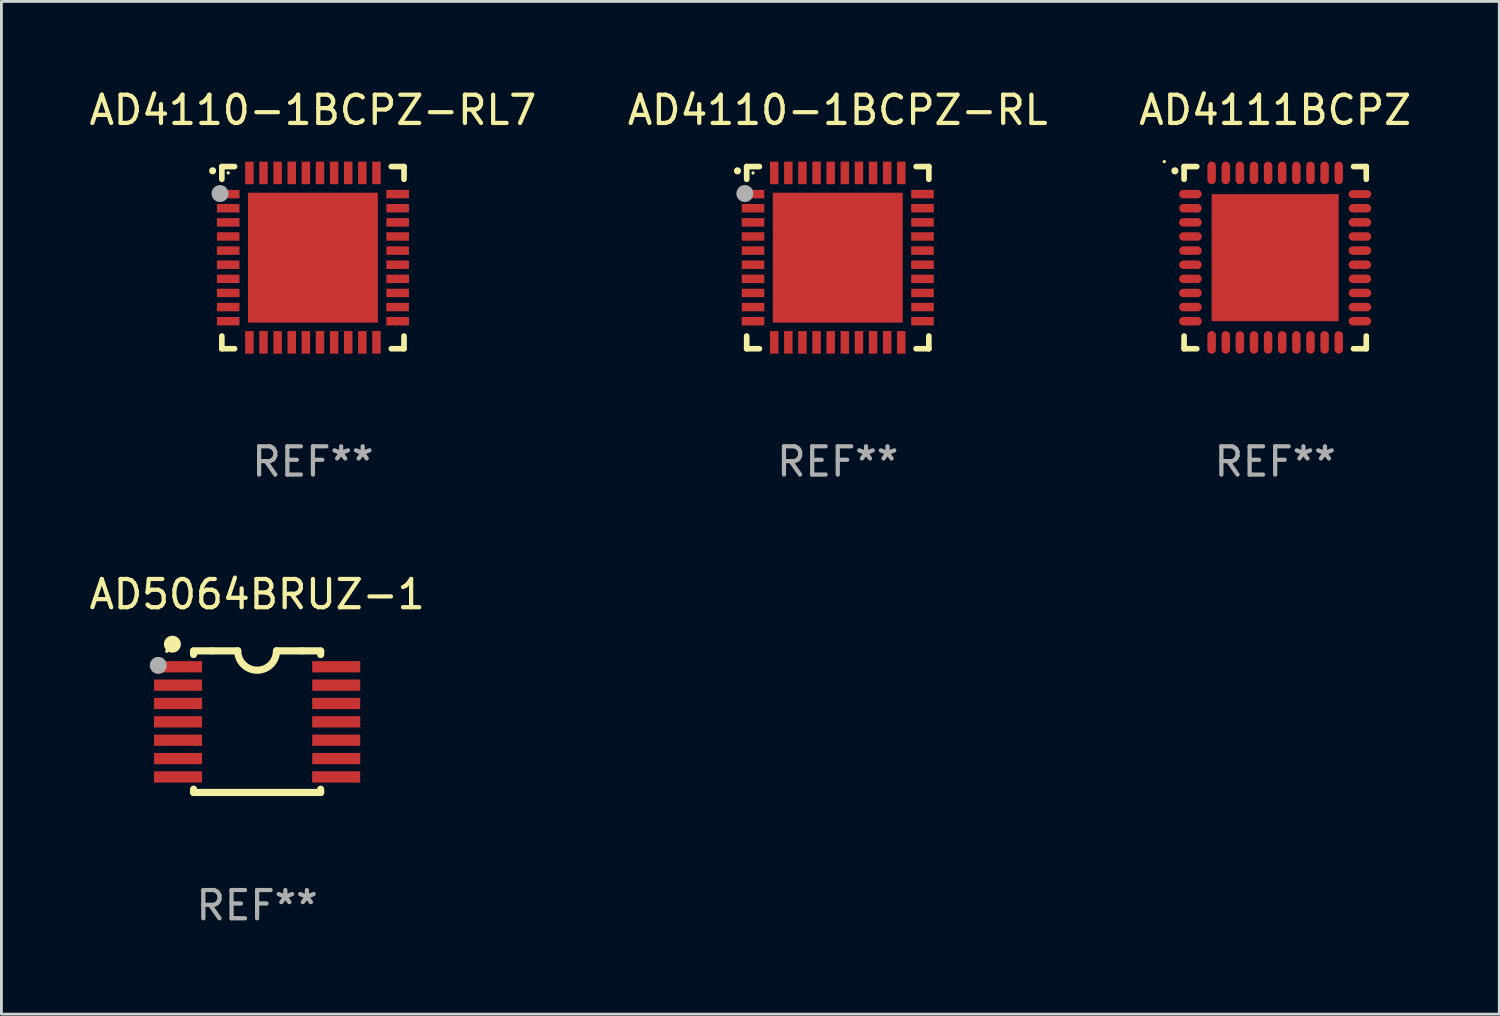
<source format=kicad_pcb>
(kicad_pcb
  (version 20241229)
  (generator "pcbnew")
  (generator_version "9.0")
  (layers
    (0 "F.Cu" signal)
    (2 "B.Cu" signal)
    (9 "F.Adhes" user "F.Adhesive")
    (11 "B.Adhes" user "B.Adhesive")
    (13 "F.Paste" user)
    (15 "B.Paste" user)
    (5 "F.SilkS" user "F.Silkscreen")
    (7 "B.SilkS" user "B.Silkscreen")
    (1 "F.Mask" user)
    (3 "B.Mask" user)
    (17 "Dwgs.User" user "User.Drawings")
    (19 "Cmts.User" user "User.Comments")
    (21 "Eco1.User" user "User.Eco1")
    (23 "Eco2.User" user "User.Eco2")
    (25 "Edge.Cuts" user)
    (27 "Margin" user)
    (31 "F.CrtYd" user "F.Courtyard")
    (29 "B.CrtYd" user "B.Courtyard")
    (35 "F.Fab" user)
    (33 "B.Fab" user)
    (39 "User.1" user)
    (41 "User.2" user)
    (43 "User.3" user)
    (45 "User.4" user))
  (footprint "AD4111BCPZ"
    (layer "F.Cu")
    (at 42.101 6.073)
    (property "Reference" "AD4111BCPZ" (at 0 -5.225 0) (layer "F.SilkS") (effects (font (size 1 1) (thickness 0.15))))
    (attr through_hole)
    (fp_line (start -3.225 -3.225) (end -2.775 -3.225) (stroke (width 0.2) (type solid)) (layer "F.SilkS"))
    (fp_line (start -3.225 -2.775) (end -3.225 -3.225) (stroke (width 0.2) (type solid)) (layer "F.SilkS"))
    (fp_line (start -3.225 2.775) (end -3.225 3.225) (stroke (width 0.2) (type solid)) (layer "F.SilkS"))
    (fp_line (start -3.225 3.225) (end -2.775 3.225) (stroke (width 0.2) (type solid)) (layer "F.SilkS"))
    (fp_line (start 2.775 -3.225) (end 3.225 -3.225) (stroke (width 0.2) (type solid)) (layer "F.SilkS"))
    (fp_line (start 2.775 3.225) (end 3.225 3.225) (stroke (width 0.2) (type solid)) (layer "F.SilkS"))
    (fp_line (start 3.225 -3.225) (end 3.225 -2.775) (stroke (width 0.2) (type solid)) (layer "F.SilkS"))
    (fp_line (start 3.225 3.225) (end 3.225 2.775) (stroke (width 0.2) (type solid)) (layer "F.SilkS"))
    (fp_arc (start -3.55094 -3.073406) (mid -3.550946 -3.074676) (end -3.55094 -3.075946) (stroke (width 0.25) (type solid)) (layer "F.SilkS"))
    (fp_circle (center -3.926 -3.4) (end -3.896 -3.4) (stroke (width 0.06) (type solid)) (fill no) (layer "F.SilkS"))
    (fp_text user "REF**" (at 0 7.225 0) (layer "F.Fab") (effects (font (size 1 1) (thickness 0.15))))
    (pad "1" smd oval (at -3 -2.25 90) (size 0.3 0.8) (layers "F.Cu" "F.Mask" "F.Paste"))
    (pad "2" smd oval (at -3 -1.75 90) (size 0.3 0.8) (layers "F.Cu" "F.Mask" "F.Paste"))
    (pad "3" smd oval (at -3 -1.25 90) (size 0.3 0.8) (layers "F.Cu" "F.Mask" "F.Paste"))
    (pad "4" smd oval (at -3 -0.75 90) (size 0.3 0.8) (layers "F.Cu" "F.Mask" "F.Paste"))
    (pad "5" smd oval (at -3 -0.25 90) (size 0.3 0.8) (layers "F.Cu" "F.Mask" "F.Paste"))
    (pad "6" smd oval (at -3 0.25 90) (size 0.3 0.8) (layers "F.Cu" "F.Mask" "F.Paste"))
    (pad "7" smd oval (at -3 0.75 90) (size 0.3 0.8) (layers "F.Cu" "F.Mask" "F.Paste"))
    (pad "8" smd oval (at -3 1.25 90) (size 0.3 0.8) (layers "F.Cu" "F.Mask" "F.Paste"))
    (pad "9" smd oval (at -3 1.75 90) (size 0.3 0.8) (layers "F.Cu" "F.Mask" "F.Paste"))
    (pad "10" smd oval (at -3 2.25 90) (size 0.3 0.8) (layers "F.Cu" "F.Mask" "F.Paste"))
    (pad "11" smd oval (at -2.25 3) (size 0.3 0.8) (layers "F.Cu" "F.Mask" "F.Paste"))
    (pad "12" smd oval (at -1.75 3) (size 0.3 0.8) (layers "F.Cu" "F.Mask" "F.Paste"))
    (pad "13" smd oval (at -1.25 3) (size 0.3 0.8) (layers "F.Cu" "F.Mask" "F.Paste"))
    (pad "14" smd oval (at -0.75 3) (size 0.3 0.8) (layers "F.Cu" "F.Mask" "F.Paste"))
    (pad "15" smd oval (at -0.25 3) (size 0.3 0.8) (layers "F.Cu" "F.Mask" "F.Paste"))
    (pad "16" smd oval (at 0.25 3) (size 0.3 0.8) (layers "F.Cu" "F.Mask" "F.Paste"))
    (pad "17" smd oval (at 0.75 3) (size 0.3 0.8) (layers "F.Cu" "F.Mask" "F.Paste"))
    (pad "18" smd oval (at 1.25 3) (size 0.3 0.8) (layers "F.Cu" "F.Mask" "F.Paste"))
    (pad "19" smd oval (at 1.75 3) (size 0.3 0.8) (layers "F.Cu" "F.Mask" "F.Paste"))
    (pad "20" smd oval (at 2.25 3) (size 0.3 0.8) (layers "F.Cu" "F.Mask" "F.Paste"))
    (pad "21" smd oval (at 3 2.25 90) (size 0.3 0.8) (layers "F.Cu" "F.Mask" "F.Paste"))
    (pad "22" smd oval (at 3 1.75 90) (size 0.3 0.8) (layers "F.Cu" "F.Mask" "F.Paste"))
    (pad "23" smd oval (at 3 1.25 90) (size 0.3 0.8) (layers "F.Cu" "F.Mask" "F.Paste"))
    (pad "24" smd oval (at 3 0.75 90) (size 0.3 0.8) (layers "F.Cu" "F.Mask" "F.Paste"))
    (pad "25" smd oval (at 3 0.25 90) (size 0.3 0.8) (layers "F.Cu" "F.Mask" "F.Paste"))
    (pad "26" smd oval (at 3 -0.25 90) (size 0.3 0.8) (layers "F.Cu" "F.Mask" "F.Paste"))
    (pad "27" smd oval (at 3 -0.75 90) (size 0.3 0.8) (layers "F.Cu" "F.Mask" "F.Paste"))
    (pad "28" smd oval (at 3 -1.25 90) (size 0.3 0.8) (layers "F.Cu" "F.Mask" "F.Paste"))
    (pad "29" smd oval (at 3 -1.75 90) (size 0.3 0.8) (layers "F.Cu" "F.Mask" "F.Paste"))
    (pad "30" smd oval (at 3 -2.25 90) (size 0.28 0.8) (layers "F.Cu" "F.Mask" "F.Paste"))
    (pad "31" smd oval (at 2.25 -3) (size 0.3 0.8) (layers "F.Cu" "F.Mask" "F.Paste"))
    (pad "32" smd oval (at 1.75 -3) (size 0.3 0.8) (layers "F.Cu" "F.Mask" "F.Paste"))
    (pad "33" smd oval (at 1.25 -3) (size 0.3 0.8) (layers "F.Cu" "F.Mask" "F.Paste"))
    (pad "34" smd oval (at 0.75 -3) (size 0.3 0.8) (layers "F.Cu" "F.Mask" "F.Paste"))
    (pad "35" smd oval (at 0.25 -3) (size 0.3 0.8) (layers "F.Cu" "F.Mask" "F.Paste"))
    (pad "36" smd oval (at -0.25 -3) (size 0.3 0.8) (layers "F.Cu" "F.Mask" "F.Paste"))
    (pad "37" smd oval (at -0.75 -3) (size 0.3 0.8) (layers "F.Cu" "F.Mask" "F.Paste"))
    (pad "38" smd oval (at -1.25 -3) (size 0.3 0.8) (layers "F.Cu" "F.Mask" "F.Paste"))
    (pad "39" smd oval (at -1.75 -3) (size 0.3 0.8) (layers "F.Cu" "F.Mask" "F.Paste"))
    (pad "40" smd oval (at -2.25 -3) (size 0.3 0.8) (layers "F.Cu" "F.Mask" "F.Paste"))
    (pad "41" smd rect (at -0.000013 0) (size 4.5 4.5) (layers "F.Cu" "F.Mask" "F.Paste")))
  (footprint "AD4110-1BCPZ-RL"
    (layer "F.Cu")
    (at 26.613 6.073)
    (property "Reference" "AD4110-1BCPZ-RL" (at 0 -5.225 0) (layer "F.SilkS") (effects (font (size 1 1) (thickness 0.15))))
    (attr through_hole)
    (fp_line (start -3.225 -3.225) (end -2.775 -3.225) (stroke (width 0.2) (type solid)) (layer "F.SilkS"))
    (fp_line (start -3.225 -2.775) (end -3.225 -3.225) (stroke (width 0.2) (type solid)) (layer "F.SilkS"))
    (fp_line (start -3.225 2.775) (end -3.225 3.225) (stroke (width 0.2) (type solid)) (layer "F.SilkS"))
    (fp_line (start -3.225 3.225) (end -2.775 3.225) (stroke (width 0.2) (type solid)) (layer "F.SilkS"))
    (fp_line (start 2.775 -3.225) (end 3.225 -3.225) (stroke (width 0.2) (type solid)) (layer "F.SilkS"))
    (fp_line (start 2.775 3.225) (end 3.225 3.225) (stroke (width 0.2) (type solid)) (layer "F.SilkS"))
    (fp_line (start 3.225 -3.225) (end 3.225 -2.775) (stroke (width 0.2) (type solid)) (layer "F.SilkS"))
    (fp_line (start 3.225 3.225) (end 3.225 2.775) (stroke (width 0.2) (type solid)) (layer "F.SilkS"))
    (fp_arc (start -3.55094 -3.073406) (mid -3.550946 -3.074676) (end -3.55094 -3.075946) (stroke (width 0.25) (type solid)) (layer "F.SilkS"))
    (fp_circle (center -3 -3) (end -2.97 -3) (stroke (width 0.06) (type solid)) (fill no) (layer "F.SilkS"))
    (fp_circle (center -3.29 -2.27) (end -3.14 -2.27) (stroke (width 0.3) (type solid)) (fill no) (layer "F.Fab"))
    (fp_text user "REF**" (at 0 7.225 0) (layer "F.Fab") (effects (font (size 1 1) (thickness 0.15))))
    (pad "1" smd rect (at -3 -2.25) (size 0.8 0.3) (layers "F.Cu" "F.Mask" "F.Paste"))
    (pad "2" smd rect (at -3 -1.75) (size 0.8 0.3) (layers "F.Cu" "F.Mask" "F.Paste"))
    (pad "3" smd rect (at -3 -1.25) (size 0.8 0.3) (layers "F.Cu" "F.Mask" "F.Paste"))
    (pad "4" smd rect (at -3 -0.75) (size 0.8 0.3) (layers "F.Cu" "F.Mask" "F.Paste"))
    (pad "5" smd rect (at -3 -0.25) (size 0.8 0.3) (layers "F.Cu" "F.Mask" "F.Paste"))
    (pad "6" smd rect (at -3 0.25) (size 0.8 0.3) (layers "F.Cu" "F.Mask" "F.Paste"))
    (pad "7" smd rect (at -3 0.75) (size 0.8 0.3) (layers "F.Cu" "F.Mask" "F.Paste"))
    (pad "8" smd rect (at -3 1.25) (size 0.8 0.3) (layers "F.Cu" "F.Mask" "F.Paste"))
    (pad "9" smd rect (at -3 1.75) (size 0.8 0.3) (layers "F.Cu" "F.Mask" "F.Paste"))
    (pad "10" smd rect (at -3 2.25) (size 0.8 0.3) (layers "F.Cu" "F.Mask" "F.Paste"))
    (pad "11" smd rect (at -2.25 3) (size 0.3 0.8) (layers "F.Cu" "F.Mask" "F.Paste"))
    (pad "12" smd rect (at -1.75 3) (size 0.3 0.8) (layers "F.Cu" "F.Mask" "F.Paste"))
    (pad "13" smd rect (at -1.25 3) (size 0.3 0.8) (layers "F.Cu" "F.Mask" "F.Paste"))
    (pad "14" smd rect (at -0.75 3) (size 0.3 0.8) (layers "F.Cu" "F.Mask" "F.Paste"))
    (pad "15" smd rect (at -0.25 3) (size 0.3 0.8) (layers "F.Cu" "F.Mask" "F.Paste"))
    (pad "16" smd rect (at 0.25 3) (size 0.3 0.8) (layers "F.Cu" "F.Mask" "F.Paste"))
    (pad "17" smd rect (at 0.75 3) (size 0.3 0.8) (layers "F.Cu" "F.Mask" "F.Paste"))
    (pad "18" smd rect (at 1.25 3) (size 0.3 0.8) (layers "F.Cu" "F.Mask" "F.Paste"))
    (pad "19" smd rect (at 1.75 3) (size 0.3 0.8) (layers "F.Cu" "F.Mask" "F.Paste"))
    (pad "20" smd rect (at 2.25 3) (size 0.3 0.8) (layers "F.Cu" "F.Mask" "F.Paste"))
    (pad "21" smd rect (at 3 2.25) (size 0.8 0.3) (layers "F.Cu" "F.Mask" "F.Paste"))
    (pad "22" smd rect (at 3 1.75) (size 0.8 0.3) (layers "F.Cu" "F.Mask" "F.Paste"))
    (pad "23" smd rect (at 3 1.25) (size 0.8 0.3) (layers "F.Cu" "F.Mask" "F.Paste"))
    (pad "24" smd rect (at 3 0.75) (size 0.8 0.3) (layers "F.Cu" "F.Mask" "F.Paste"))
    (pad "25" smd rect (at 3 0.25) (size 0.8 0.3) (layers "F.Cu" "F.Mask" "F.Paste"))
    (pad "26" smd rect (at 3 -0.25) (size 0.8 0.3) (layers "F.Cu" "F.Mask" "F.Paste"))
    (pad "27" smd rect (at 3 -0.75) (size 0.8 0.3) (layers "F.Cu" "F.Mask" "F.Paste"))
    (pad "28" smd rect (at 3 -1.25) (size 0.8 0.3) (layers "F.Cu" "F.Mask" "F.Paste"))
    (pad "29" smd rect (at 3 -1.75) (size 0.8 0.3) (layers "F.Cu" "F.Mask" "F.Paste"))
    (pad "30" smd rect (at 3 -2.25) (size 0.8 0.3) (layers "F.Cu" "F.Mask" "F.Paste"))
    (pad "31" smd rect (at 2.25 -3) (size 0.3 0.8) (layers "F.Cu" "F.Mask" "F.Paste"))
    (pad "32" smd rect (at 1.75 -3) (size 0.3 0.8) (layers "F.Cu" "F.Mask" "F.Paste"))
    (pad "33" smd rect (at 1.25 -3) (size 0.3 0.8) (layers "F.Cu" "F.Mask" "F.Paste"))
    (pad "34" smd rect (at 0.75 -3) (size 0.3 0.8) (layers "F.Cu" "F.Mask" "F.Paste"))
    (pad "35" smd rect (at 0.25 -3) (size 0.3 0.8) (layers "F.Cu" "F.Mask" "F.Paste"))
    (pad "36" smd rect (at -0.25 -3) (size 0.3 0.8) (layers "F.Cu" "F.Mask" "F.Paste"))
    (pad "37" smd rect (at -0.75 -3) (size 0.3 0.8) (layers "F.Cu" "F.Mask" "F.Paste"))
    (pad "38" smd rect (at -1.25 -3) (size 0.3 0.8) (layers "F.Cu" "F.Mask" "F.Paste"))
    (pad "39" smd rect (at -1.75 -3) (size 0.3 0.8) (layers "F.Cu" "F.Mask" "F.Paste"))
    (pad "40" smd rect (at -2.25 -3) (size 0.3 0.8) (layers "F.Cu" "F.Mask" "F.Paste"))
    (pad "41" smd rect (at -0.000013 0) (size 4.6 4.6) (layers "F.Cu" "F.Mask" "F.Paste")))
  (footprint "AD4110-1BCPZ-RL7"
    (layer "F.Cu")
    (at 8.03 6.073)
    (property "Reference" "AD4110-1BCPZ-RL7" (at 0 -5.225 0) (layer "F.SilkS") (effects (font (size 1 1) (thickness 0.15))))
    (attr through_hole)
    (fp_line (start -3.225 -3.225) (end -2.775 -3.225) (stroke (width 0.2) (type solid)) (layer "F.SilkS"))
    (fp_line (start -3.225 -2.775) (end -3.225 -3.225) (stroke (width 0.2) (type solid)) (layer "F.SilkS"))
    (fp_line (start -3.225 2.775) (end -3.225 3.225) (stroke (width 0.2) (type solid)) (layer "F.SilkS"))
    (fp_line (start -3.225 3.225) (end -2.775 3.225) (stroke (width 0.2) (type solid)) (layer "F.SilkS"))
    (fp_line (start 2.775 -3.225) (end 3.225 -3.225) (stroke (width 0.2) (type solid)) (layer "F.SilkS"))
    (fp_line (start 2.775 3.225) (end 3.225 3.225) (stroke (width 0.2) (type solid)) (layer "F.SilkS"))
    (fp_line (start 3.225 -3.225) (end 3.225 -2.775) (stroke (width 0.2) (type solid)) (layer "F.SilkS"))
    (fp_line (start 3.225 3.225) (end 3.225 2.775) (stroke (width 0.2) (type solid)) (layer "F.SilkS"))
    (fp_arc (start -3.55094 -3.073406) (mid -3.550946 -3.074676) (end -3.55094 -3.075946) (stroke (width 0.25) (type solid)) (layer "F.SilkS"))
    (fp_circle (center -3 -3) (end -2.97 -3) (stroke (width 0.06) (type solid)) (fill no) (layer "F.SilkS"))
    (fp_circle (center -3.29 -2.27) (end -3.14 -2.27) (stroke (width 0.3) (type solid)) (fill no) (layer "F.Fab"))
    (fp_text user "REF**" (at 0 7.225 0) (layer "F.Fab") (effects (font (size 1 1) (thickness 0.15))))
    (pad "1" smd rect (at -3 -2.25) (size 0.8 0.3) (layers "F.Cu" "F.Mask" "F.Paste"))
    (pad "2" smd rect (at -3 -1.75) (size 0.8 0.3) (layers "F.Cu" "F.Mask" "F.Paste"))
    (pad "3" smd rect (at -3 -1.25) (size 0.8 0.3) (layers "F.Cu" "F.Mask" "F.Paste"))
    (pad "4" smd rect (at -3 -0.75) (size 0.8 0.3) (layers "F.Cu" "F.Mask" "F.Paste"))
    (pad "5" smd rect (at -3 -0.25) (size 0.8 0.3) (layers "F.Cu" "F.Mask" "F.Paste"))
    (pad "6" smd rect (at -3 0.25) (size 0.8 0.3) (layers "F.Cu" "F.Mask" "F.Paste"))
    (pad "7" smd rect (at -3 0.75) (size 0.8 0.3) (layers "F.Cu" "F.Mask" "F.Paste"))
    (pad "8" smd rect (at -3 1.25) (size 0.8 0.3) (layers "F.Cu" "F.Mask" "F.Paste"))
    (pad "9" smd rect (at -3 1.75) (size 0.8 0.3) (layers "F.Cu" "F.Mask" "F.Paste"))
    (pad "10" smd rect (at -3 2.25) (size 0.8 0.3) (layers "F.Cu" "F.Mask" "F.Paste"))
    (pad "11" smd rect (at -2.25 3) (size 0.3 0.8) (layers "F.Cu" "F.Mask" "F.Paste"))
    (pad "12" smd rect (at -1.75 3) (size 0.3 0.8) (layers "F.Cu" "F.Mask" "F.Paste"))
    (pad "13" smd rect (at -1.25 3) (size 0.3 0.8) (layers "F.Cu" "F.Mask" "F.Paste"))
    (pad "14" smd rect (at -0.75 3) (size 0.3 0.8) (layers "F.Cu" "F.Mask" "F.Paste"))
    (pad "15" smd rect (at -0.25 3) (size 0.3 0.8) (layers "F.Cu" "F.Mask" "F.Paste"))
    (pad "16" smd rect (at 0.25 3) (size 0.3 0.8) (layers "F.Cu" "F.Mask" "F.Paste"))
    (pad "17" smd rect (at 0.75 3) (size 0.3 0.8) (layers "F.Cu" "F.Mask" "F.Paste"))
    (pad "18" smd rect (at 1.25 3) (size 0.3 0.8) (layers "F.Cu" "F.Mask" "F.Paste"))
    (pad "19" smd rect (at 1.75 3) (size 0.3 0.8) (layers "F.Cu" "F.Mask" "F.Paste"))
    (pad "20" smd rect (at 2.25 3) (size 0.3 0.8) (layers "F.Cu" "F.Mask" "F.Paste"))
    (pad "21" smd rect (at 3 2.25) (size 0.8 0.3) (layers "F.Cu" "F.Mask" "F.Paste"))
    (pad "22" smd rect (at 3 1.75) (size 0.8 0.3) (layers "F.Cu" "F.Mask" "F.Paste"))
    (pad "23" smd rect (at 3 1.25) (size 0.8 0.3) (layers "F.Cu" "F.Mask" "F.Paste"))
    (pad "24" smd rect (at 3 0.75) (size 0.8 0.3) (layers "F.Cu" "F.Mask" "F.Paste"))
    (pad "25" smd rect (at 3 0.25) (size 0.8 0.3) (layers "F.Cu" "F.Mask" "F.Paste"))
    (pad "26" smd rect (at 3 -0.25) (size 0.8 0.3) (layers "F.Cu" "F.Mask" "F.Paste"))
    (pad "27" smd rect (at 3 -0.75) (size 0.8 0.3) (layers "F.Cu" "F.Mask" "F.Paste"))
    (pad "28" smd rect (at 3 -1.25) (size 0.8 0.3) (layers "F.Cu" "F.Mask" "F.Paste"))
    (pad "29" smd rect (at 3 -1.75) (size 0.8 0.3) (layers "F.Cu" "F.Mask" "F.Paste"))
    (pad "30" smd rect (at 3 -2.25) (size 0.8 0.3) (layers "F.Cu" "F.Mask" "F.Paste"))
    (pad "31" smd rect (at 2.25 -3) (size 0.3 0.8) (layers "F.Cu" "F.Mask" "F.Paste"))
    (pad "32" smd rect (at 1.75 -3) (size 0.3 0.8) (layers "F.Cu" "F.Mask" "F.Paste"))
    (pad "33" smd rect (at 1.25 -3) (size 0.3 0.8) (layers "F.Cu" "F.Mask" "F.Paste"))
    (pad "34" smd rect (at 0.75 -3) (size 0.3 0.8) (layers "F.Cu" "F.Mask" "F.Paste"))
    (pad "35" smd rect (at 0.25 -3) (size 0.3 0.8) (layers "F.Cu" "F.Mask" "F.Paste"))
    (pad "36" smd rect (at -0.25 -3) (size 0.3 0.8) (layers "F.Cu" "F.Mask" "F.Paste"))
    (pad "37" smd rect (at -0.75 -3) (size 0.3 0.8) (layers "F.Cu" "F.Mask" "F.Paste"))
    (pad "38" smd rect (at -1.25 -3) (size 0.3 0.8) (layers "F.Cu" "F.Mask" "F.Paste"))
    (pad "39" smd rect (at -1.75 -3) (size 0.3 0.8) (layers "F.Cu" "F.Mask" "F.Paste"))
    (pad "40" smd rect (at -2.25 -3) (size 0.3 0.8) (layers "F.Cu" "F.Mask" "F.Paste"))
    (pad "41" smd rect (at -0.000013 0) (size 4.6 4.6) (layers "F.Cu" "F.Mask" "F.Paste")))
  (footprint "AD5064BRUZ-1"
    (layer "F.Cu")
    (at 6.054 22.502)
    (property "Reference" "AD5064BRUZ-1" (at 0 -4.507 0) (layer "F.SilkS") (effects (font (size 1 1) (thickness 0.15))))
    (attr through_hole)
    (fp_line (start -2.25 -2.377) (end -2.25 -2.493) (stroke (width 0.254) (type solid)) (layer "F.SilkS"))
    (fp_line (start -2.25 2.507) (end -2.25 2.392) (stroke (width 0.254) (type solid)) (layer "F.SilkS"))
    (fp_line (start -1.6 -2.507) (end -2.25 -2.507) (stroke (width 0.254) (type solid)) (layer "F.SilkS"))
    (fp_line (start -1.6 -2.507) (end -0.686 -2.507) (stroke (width 0.254) (type solid)) (layer "F.SilkS"))
    (fp_line (start 0.686 -2.507) (end 1.6 -2.507) (stroke (width 0.254) (type solid)) (layer "F.SilkS"))
    (fp_line (start 1.6 -2.507) (end 2.25 -2.507) (stroke (width 0.254) (type solid)) (layer "F.SilkS"))
    (fp_line (start 2.25 -2.493) (end 2.25 -2.377) (stroke (width 0.254) (type solid)) (layer "F.SilkS"))
    (fp_line (start 2.25 2.392) (end 2.25 2.507) (stroke (width 0.254) (type solid)) (layer "F.SilkS"))
    (fp_line (start 2.25 2.507) (end -2.25 2.507) (stroke (width 0.254) (type solid)) (layer "F.SilkS"))
    (fp_arc (start 0.685852 -2.507303) (mid 0.000051 -1.821502) (end -0.68575 -2.507303) (stroke (width 0.254001) (type solid)) (layer "F.SilkS"))
    (fp_circle (center -3.2 -2.493) (end -3.17 -2.493) (stroke (width 0.06) (type solid)) (fill no) (layer "F.SilkS"))
    (fp_circle (center -3 -2.743) (end -2.85 -2.743) (stroke (width 0.3) (type solid)) (fill no) (layer "F.SilkS"))
    (fp_circle (center -3.5 -1.993) (end -3.35 -1.993) (stroke (width 0.3) (type solid)) (fill no) (layer "F.Fab"))
    (fp_text user "REF**" (at 0 6.507 0) (layer "F.Fab") (effects (font (size 1 1) (thickness 0.15))))
    (pad "1" smd rect (at -2.8 -1.943) (size 1.7 0.4) (layers "F.Cu" "F.Mask" "F.Paste"))
    (pad "2" smd rect (at -2.8 -1.293) (size 1.7 0.4) (layers "F.Cu" "F.Mask" "F.Paste"))
    (pad "3" smd rect (at -2.8 -0.643) (size 1.7 0.4) (layers "F.Cu" "F.Mask" "F.Paste"))
    (pad "4" smd rect (at -2.8 0.007) (size 1.7 0.4) (layers "F.Cu" "F.Mask" "F.Paste"))
    (pad "5" smd rect (at -2.8 0.657) (size 1.7 0.4) (layers "F.Cu" "F.Mask" "F.Paste"))
    (pad "6" smd rect (at -2.8 1.307) (size 1.7 0.4) (layers "F.Cu" "F.Mask" "F.Paste"))
    (pad "7" smd rect (at -2.8 1.957) (size 1.7 0.4) (layers "F.Cu" "F.Mask" "F.Paste"))
    (pad "8" smd rect (at 2.8 1.957) (size 1.7 0.4) (layers "F.Cu" "F.Mask" "F.Paste"))
    (pad "9" smd rect (at 2.8 1.307) (size 1.7 0.4) (layers "F.Cu" "F.Mask" "F.Paste"))
    (pad "10" smd rect (at 2.8 0.657) (size 1.7 0.4) (layers "F.Cu" "F.Mask" "F.Paste"))
    (pad "11" smd rect (at 2.8 0.007) (size 1.7 0.4) (layers "F.Cu" "F.Mask" "F.Paste"))
    (pad "12" smd rect (at 2.8 -0.643) (size 1.7 0.4) (layers "F.Cu" "F.Mask" "F.Paste"))
    (pad "13" smd rect (at 2.8 -1.293) (size 1.7 0.4) (layers "F.Cu" "F.Mask" "F.Paste"))
    (pad "14" smd rect (at 2.8 -1.943) (size 1.7 0.4) (layers "F.Cu" "F.Mask" "F.Paste")))
  (gr_rect
    (start -3 -3)
    (end 50.036 32.858)
    (stroke (width 0.1) (type default))
    (fill no)
    (layer "Edge.Cuts")))
</source>
